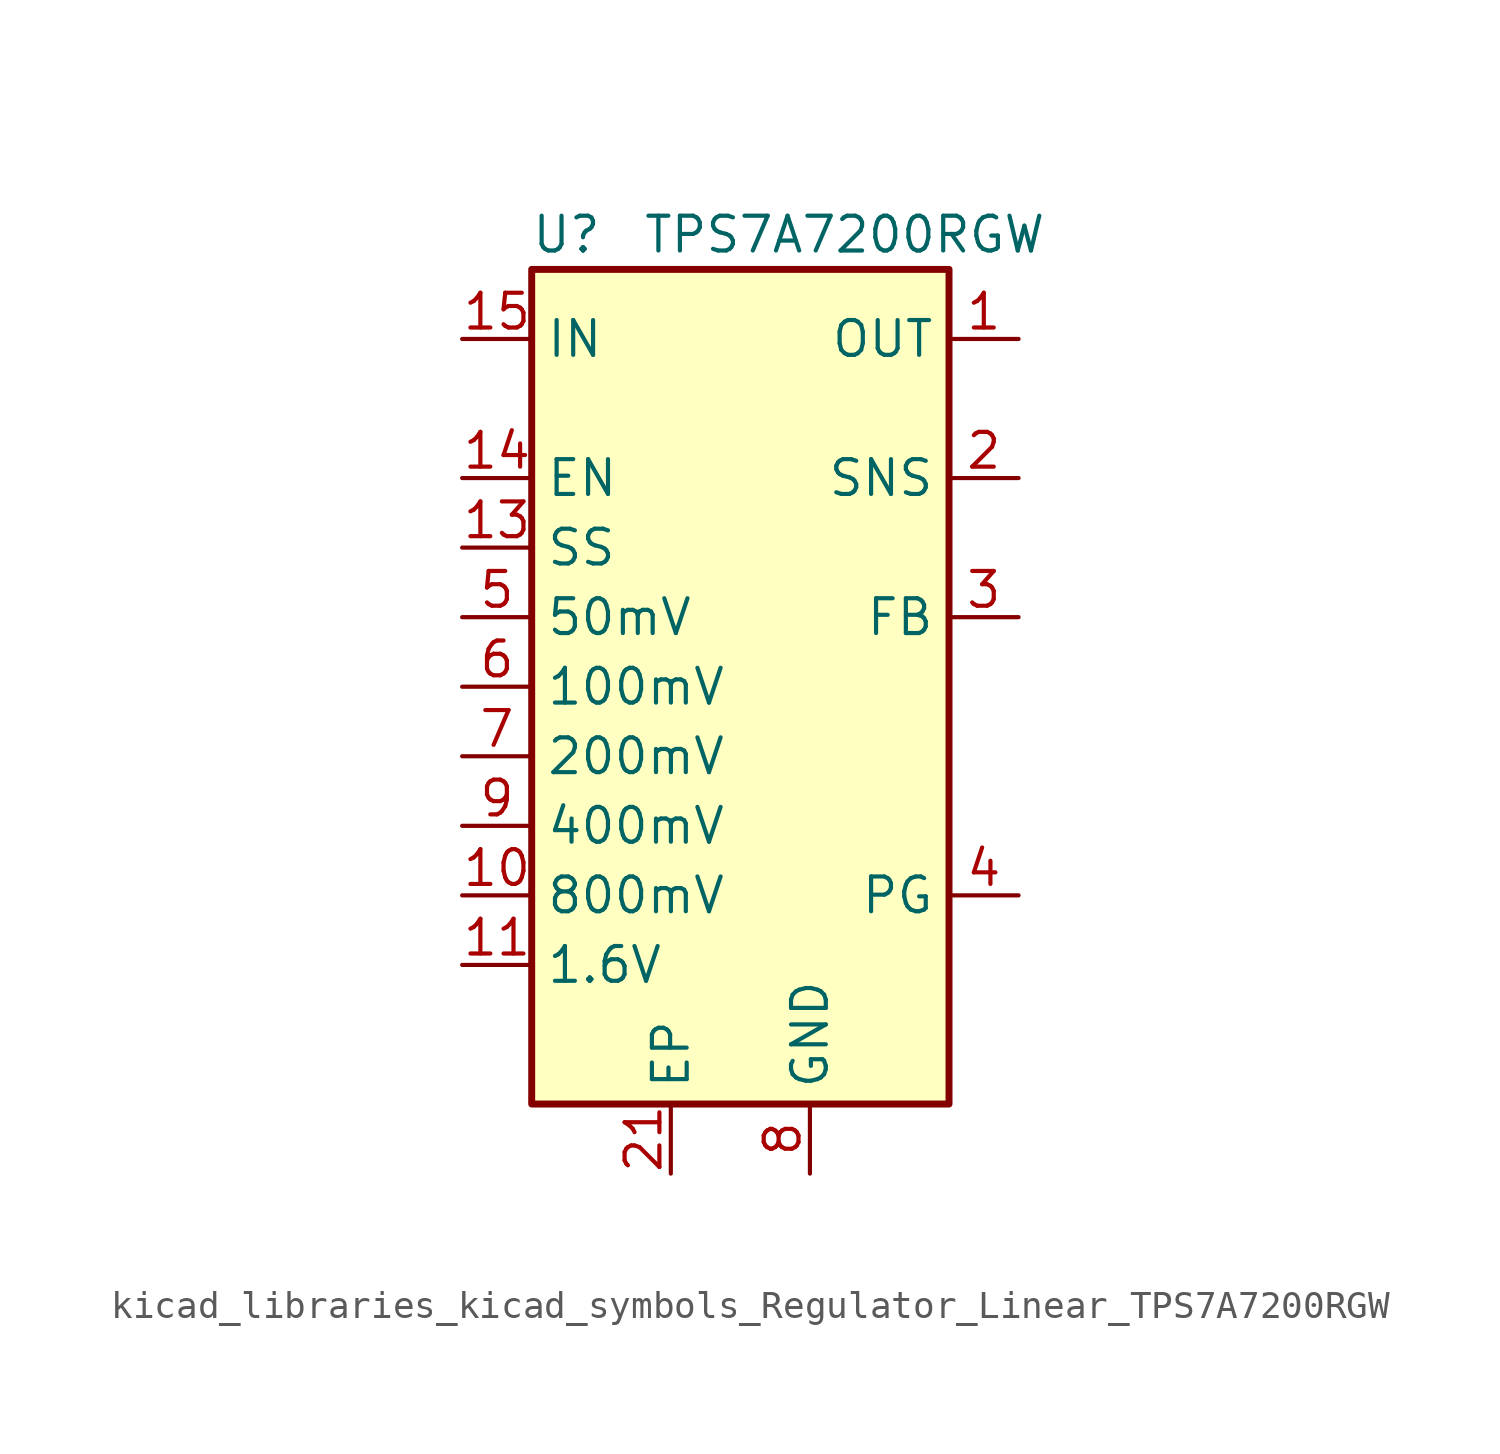
<source format=kicad_sym>
(kicad_symbol_lib
  (version 20220914)
  (generator kicad_symbol_editor)
  (symbol "kicad_libraries_kicad_symbols_Regulator_Linear_TPS7A7200RGW"
    (property "Reference" "U"
      (at -6.35 16.51 0)
      (effects (font (size 1.27 1.27))))
    (property "Value" "TPS7A7200RGW"
      (at 3.81 16.51 0)
      (effects (font (size 1.27 1.27))))
    (symbol "kicad_libraries_kicad_symbols_Regulator_Linear_TPS7A7200RGW_0_1"
      (rectangle (start -7.62 15.24) (end 7.62 -15.24) (stroke (width 0.254) (type default)) (fill (type background))))
    (symbol "kicad_libraries_kicad_symbols_Regulator_Linear_TPS7A7200RGW_1_1"
      (pin power_out line (at 10.16 12.7 180) (length 2.54) (name "OUT" (effects (font (size 1.27 1.27)))) (number "1" (effects (font (size 1.27 1.27)))))
      (pin input line (at -10.16 -7.62 0) (length 2.54) (name "800mV" (effects (font (size 1.27 1.27)))) (number "10" (effects (font (size 1.27 1.27)))))
      (pin input line (at -10.16 -10.16 0) (length 2.54) (name "1.6V" (effects (font (size 1.27 1.27)))) (number "11" (effects (font (size 1.27 1.27)))))
      (pin no_connect line (at -7.62 10.16 0) (length 2.54) hide (name "NC" (effects (font (size 1.27 1.27)))) (number "12" (effects (font (size 1.27 1.27)))))
      (pin input line (at -10.16 5.08 0) (length 2.54) (name "SS" (effects (font (size 1.27 1.27)))) (number "13" (effects (font (size 1.27 1.27)))))
      (pin input line (at -10.16 7.62 0) (length 2.54) (name "EN" (effects (font (size 1.27 1.27)))) (number "14" (effects (font (size 1.27 1.27)))))
      (pin power_in line (at -10.16 12.7 0) (length 2.54) (name "IN" (effects (font (size 1.27 1.27)))) (number "15" (effects (font (size 1.27 1.27)))))
      (pin passive line (at -10.16 12.7 0) (length 2.54) hide (name "IN" (effects (font (size 1.27 1.27)))) (number "16" (effects (font (size 1.27 1.27)))))
      (pin passive line (at -10.16 12.7 0) (length 2.54) hide (name "IN" (effects (font (size 1.27 1.27)))) (number "17" (effects (font (size 1.27 1.27)))))
      (pin passive line (at 2.54 -17.78 90) (length 2.54) hide (name "GND" (effects (font (size 1.27 1.27)))) (number "18" (effects (font (size 1.27 1.27)))))
      (pin passive line (at 10.16 12.7 180) (length 2.54) hide (name "OUT" (effects (font (size 1.27 1.27)))) (number "19" (effects (font (size 1.27 1.27)))))
      (pin input line (at 10.16 7.62 180) (length 2.54) (name "SNS" (effects (font (size 1.27 1.27)))) (number "2" (effects (font (size 1.27 1.27)))))
      (pin passive line (at 10.16 12.7 180) (length 2.54) hide (name "OUT" (effects (font (size 1.27 1.27)))) (number "20" (effects (font (size 1.27 1.27)))))
      (pin passive line (at -2.54 -17.78 90) (length 2.54) (name "EP" (effects (font (size 1.27 1.27)))) (number "21" (effects (font (size 1.27 1.27)))))
      (pin input line (at 10.16 2.54 180) (length 2.54) (name "FB" (effects (font (size 1.27 1.27)))) (number "3" (effects (font (size 1.27 1.27)))))
      (pin open_collector line (at 10.16 -7.62 180) (length 2.54) (name "PG" (effects (font (size 1.27 1.27)))) (number "4" (effects (font (size 1.27 1.27)))))
      (pin input line (at -10.16 2.54 0) (length 2.54) (name "50mV" (effects (font (size 1.27 1.27)))) (number "5" (effects (font (size 1.27 1.27)))))
      (pin input line (at -10.16 0 0) (length 2.54) (name "100mV" (effects (font (size 1.27 1.27)))) (number "6" (effects (font (size 1.27 1.27)))))
      (pin input line (at -10.16 -2.54 0) (length 2.54) (name "200mV" (effects (font (size 1.27 1.27)))) (number "7" (effects (font (size 1.27 1.27)))))
      (pin power_in line (at 2.54 -17.78 90) (length 2.54) (name "GND" (effects (font (size 1.27 1.27)))) (number "8" (effects (font (size 1.27 1.27)))))
      (pin input line (at -10.16 -5.08 0) (length 2.54) (name "400mV" (effects (font (size 1.27 1.27)))) (number "9" (effects (font (size 1.27 1.27))))))))
</source>
